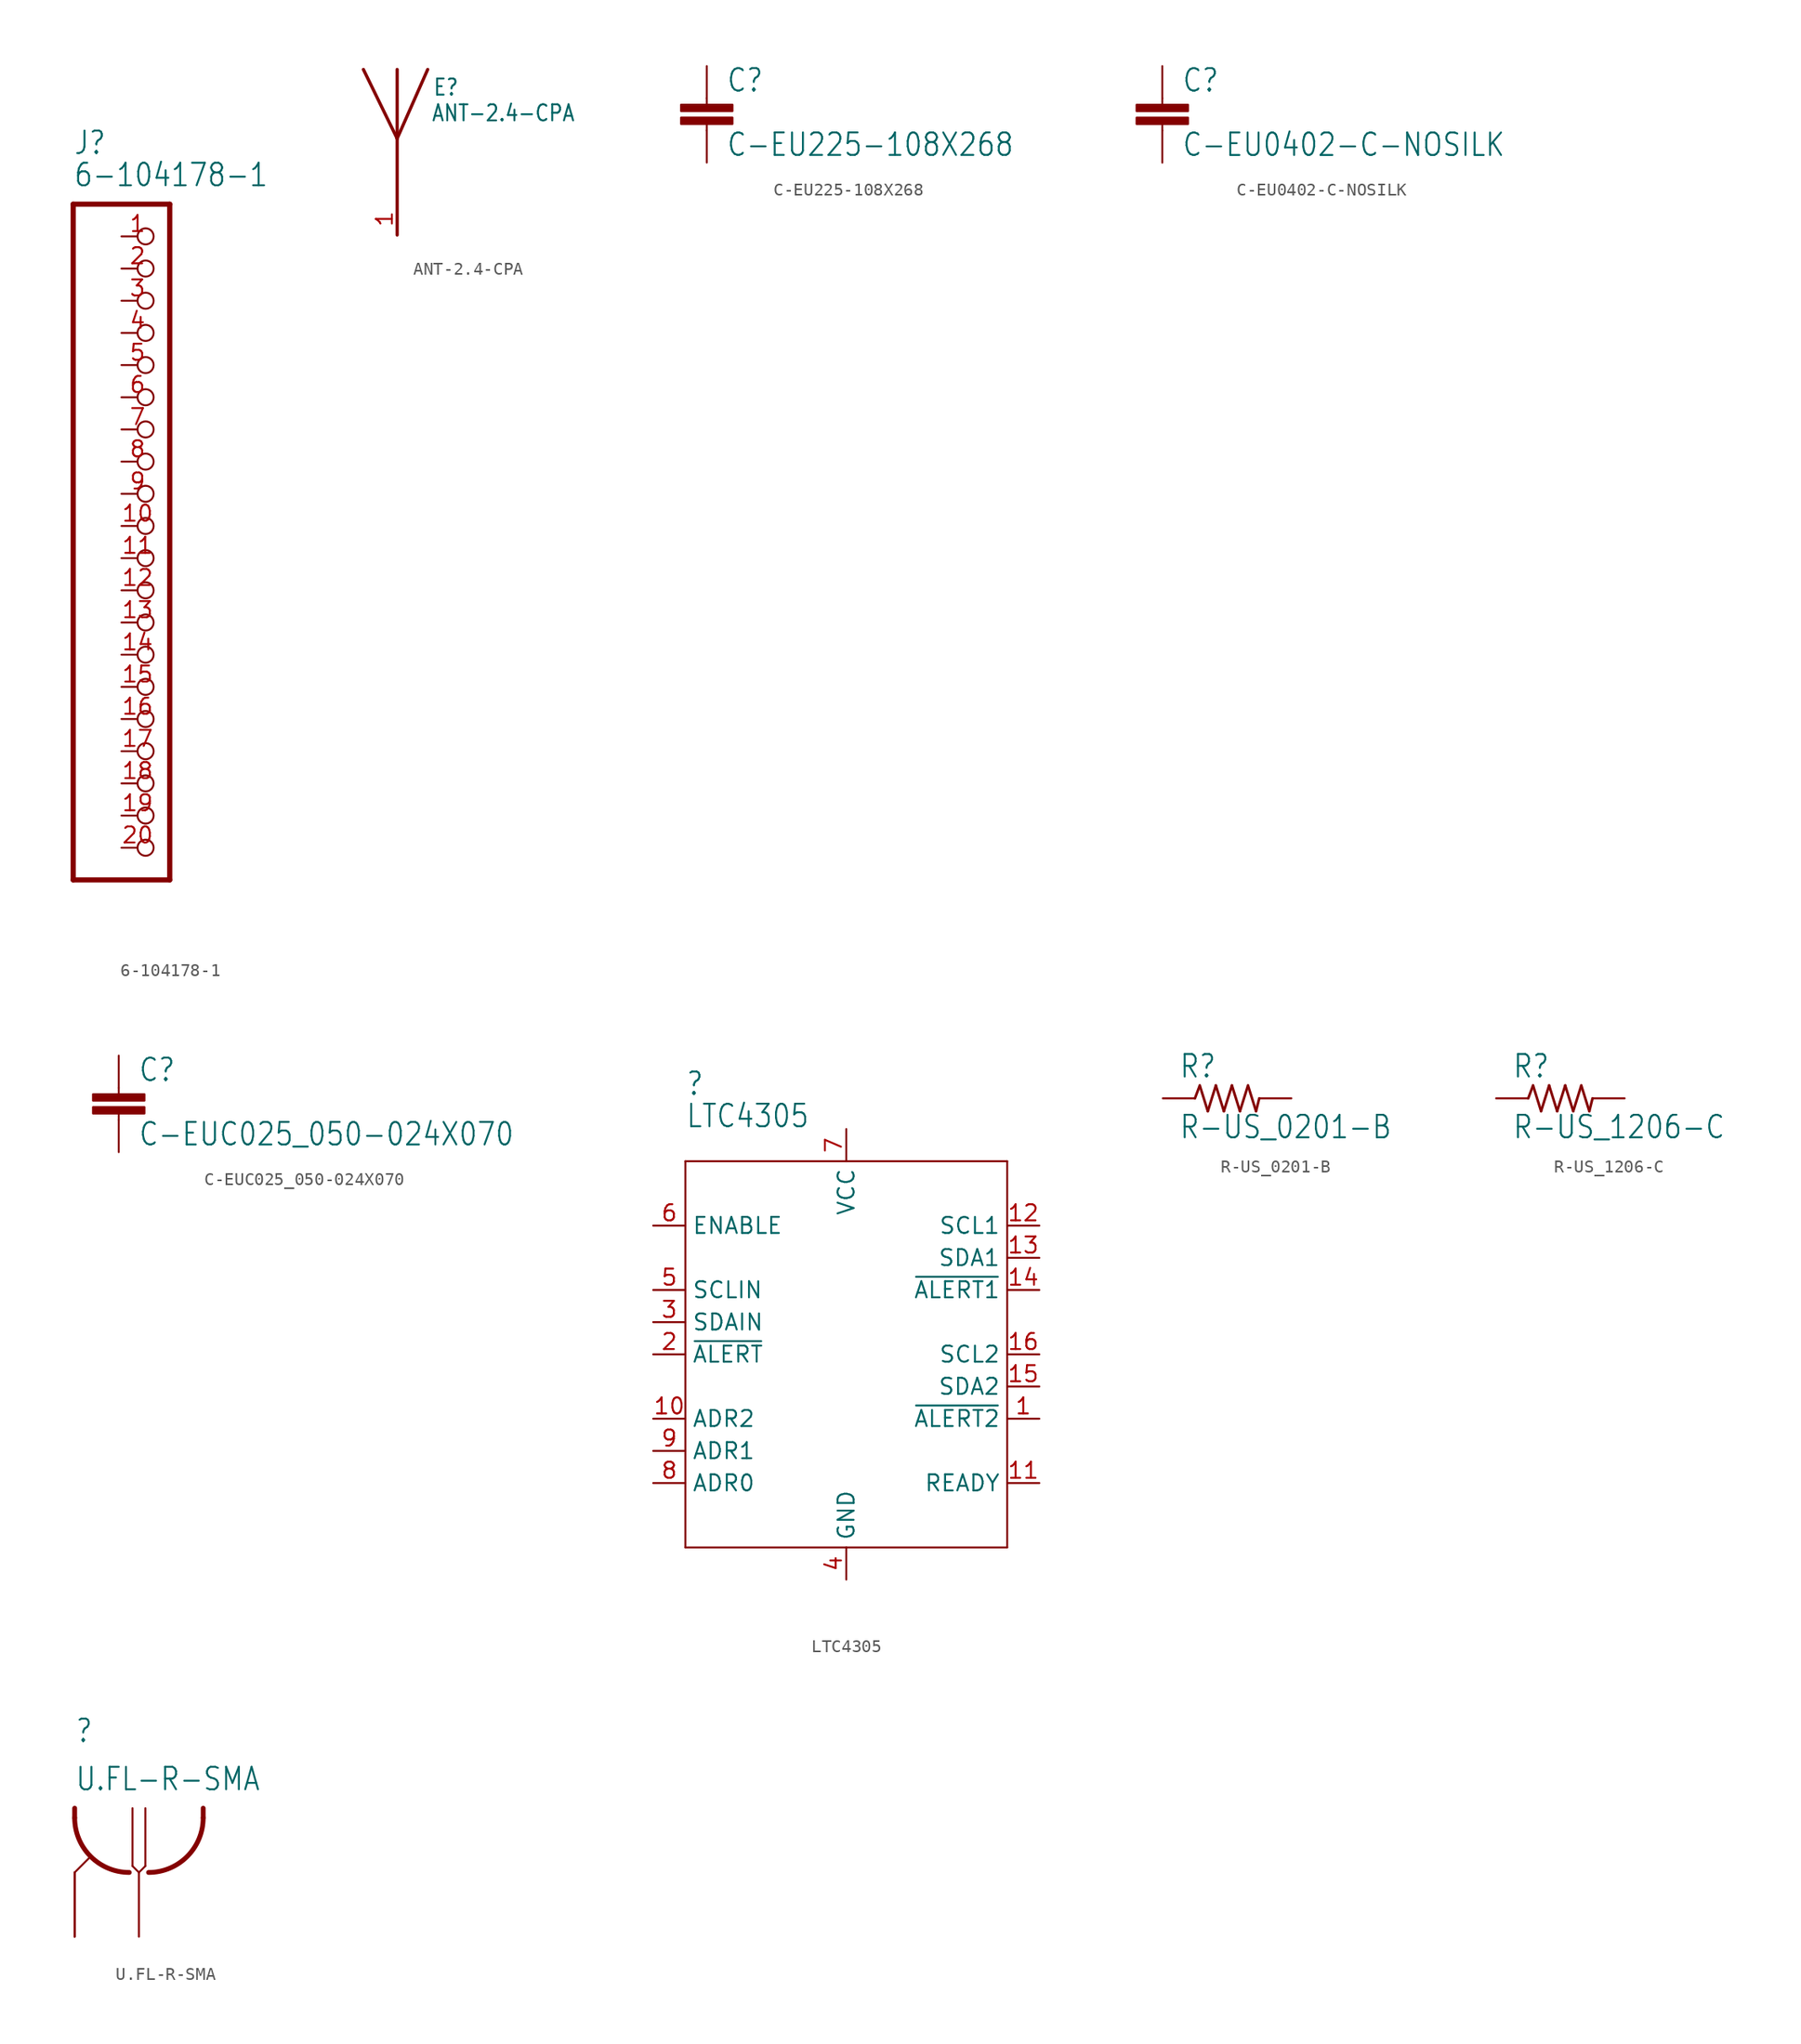
<source format=kicad_sym>
(kicad_symbol_lib
  (version 20211014)
  (generator kicad_symbol_editor)
  (symbol "6-104178-1"
    (property "Reference" "J"
      (at -6.35 29.21 0)
      (effects (font (size 1.778 1.511)) (justify left bottom)))
    (property "Value" "6-104178-1"
      (at -6.35 26.67 0)
      (effects (font (size 1.778 1.511)) (justify left bottom)))
    (property "ki_locked" ""
      (at 0 0 0)
      (effects (font (size 1.27 1.27))))
    (symbol "6-104178-1_1_0"
      (polyline (pts (xy -6.35 -27.94) (xy 1.27 -27.94)) (stroke (width 0.406) (type default) (color 0 0 0 0)) (fill (type none)))
      (polyline (pts (xy -6.35 25.4) (xy -6.35 -27.94)) (stroke (width 0.406) (type default) (color 0 0 0 0)) (fill (type none)))
      (polyline (pts (xy 1.27 -27.94) (xy 1.27 25.4)) (stroke (width 0.406) (type default) (color 0 0 0 0)) (fill (type none)))
      (polyline (pts (xy 1.27 25.4) (xy -6.35 25.4)) (stroke (width 0.406) (type default) (color 0 0 0 0)) (fill (type none)))
      (pin passive inverted (at -2.54 22.86 0) (length 2.54) (name "1" (effects (font (size 0 0)))) (number "1" (effects (font (size 1.27 1.27)))))
      (pin passive inverted (at -2.54 0 0) (length 2.54) (name "10" (effects (font (size 0 0)))) (number "10" (effects (font (size 1.27 1.27)))))
      (pin passive inverted (at -2.54 -2.54 0) (length 2.54) (name "11" (effects (font (size 0 0)))) (number "11" (effects (font (size 1.27 1.27)))))
      (pin passive inverted (at -2.54 -5.08 0) (length 2.54) (name "12" (effects (font (size 0 0)))) (number "12" (effects (font (size 1.27 1.27)))))
      (pin passive inverted (at -2.54 -7.62 0) (length 2.54) (name "13" (effects (font (size 0 0)))) (number "13" (effects (font (size 1.27 1.27)))))
      (pin passive inverted (at -2.54 -10.16 0) (length 2.54) (name "14" (effects (font (size 0 0)))) (number "14" (effects (font (size 1.27 1.27)))))
      (pin passive inverted (at -2.54 -12.7 0) (length 2.54) (name "15" (effects (font (size 0 0)))) (number "15" (effects (font (size 1.27 1.27)))))
      (pin passive inverted (at -2.54 -15.24 0) (length 2.54) (name "16" (effects (font (size 0 0)))) (number "16" (effects (font (size 1.27 1.27)))))
      (pin passive inverted (at -2.54 -17.78 0) (length 2.54) (name "17" (effects (font (size 0 0)))) (number "17" (effects (font (size 1.27 1.27)))))
      (pin passive inverted (at -2.54 -20.32 0) (length 2.54) (name "18" (effects (font (size 0 0)))) (number "18" (effects (font (size 1.27 1.27)))))
      (pin passive inverted (at -2.54 -22.86 0) (length 2.54) (name "19" (effects (font (size 0 0)))) (number "19" (effects (font (size 1.27 1.27)))))
      (pin passive inverted (at -2.54 20.32 0) (length 2.54) (name "2" (effects (font (size 0 0)))) (number "2" (effects (font (size 1.27 1.27)))))
      (pin passive inverted (at -2.54 -25.4 0) (length 2.54) (name "20" (effects (font (size 0 0)))) (number "20" (effects (font (size 1.27 1.27)))))
      (pin passive inverted (at -2.54 17.78 0) (length 2.54) (name "3" (effects (font (size 0 0)))) (number "3" (effects (font (size 1.27 1.27)))))
      (pin passive inverted (at -2.54 15.24 0) (length 2.54) (name "4" (effects (font (size 0 0)))) (number "4" (effects (font (size 1.27 1.27)))))
      (pin passive inverted (at -2.54 12.7 0) (length 2.54) (name "5" (effects (font (size 0 0)))) (number "5" (effects (font (size 1.27 1.27)))))
      (pin passive inverted (at -2.54 10.16 0) (length 2.54) (name "6" (effects (font (size 0 0)))) (number "6" (effects (font (size 1.27 1.27)))))
      (pin passive inverted (at -2.54 7.62 0) (length 2.54) (name "7" (effects (font (size 0 0)))) (number "7" (effects (font (size 1.27 1.27)))))
      (pin passive inverted (at -2.54 5.08 0) (length 2.54) (name "8" (effects (font (size 0 0)))) (number "8" (effects (font (size 1.27 1.27)))))
      (pin passive inverted (at -2.54 2.54 0) (length 2.54) (name "9" (effects (font (size 0 0)))) (number "9" (effects (font (size 1.27 1.27)))))))
  (symbol "ANT-2.4-CPA"
    (property "Reference" "E"
      (at 2.8 5.849 0)
      (effects (font (size 1.273 1.082)) (justify left bottom)))
    (property "Value" "ANT-2.4-CPA"
      (at 2.673 3.813 0)
      (effects (font (size 1.273 1.082)) (justify left bottom)))
    (property "ki_locked" ""
      (at 0 0 0)
      (effects (font (size 1.27 1.27))))
    (symbol "ANT-2.4-CPA_1_0"
      (polyline (pts (xy 0 2.54) (xy -2.667 8.001)) (stroke (width 0.254) (type default) (color 0 0 0 0)) (fill (type none)))
      (polyline (pts (xy 0 2.54) (xy 0 -5.08)) (stroke (width 0.254) (type default) (color 0 0 0 0)) (fill (type none)))
      (polyline (pts (xy 0 8.001) (xy 0 2.54)) (stroke (width 0.254) (type default) (color 0 0 0 0)) (fill (type none)))
      (polyline (pts (xy 2.413 8.001) (xy 0 2.54)) (stroke (width 0.254) (type default) (color 0 0 0 0)) (fill (type none)))
      (pin input line (at 0 -5.08 90) (length 2.54) (name "FEED" (effects (font (size 0 0)))) (number "1" (effects (font (size 1.27 1.27)))))))
  (symbol "C-EU225-108X268"
    (property "Reference" "C"
      (at 1.524 0.381 0)
      (effects (font (size 1.778 1.511)) (justify left bottom)))
    (property "Value" "C-EU225-108X268"
      (at 1.524 -4.699 0)
      (effects (font (size 1.778 1.511)) (justify left bottom)))
    (property "ki_locked" ""
      (at 0 0 0)
      (effects (font (size 1.27 1.27))))
    (symbol "C-EU225-108X268_1_0"
      (rectangle (start -2.032 -2.032) (end 2.032 -1.524) (stroke (width 0) (type default) (color 0 0 0 0)) (fill (type outline)))
      (rectangle (start -2.032 -1.016) (end 2.032 -0.508) (stroke (width 0) (type default) (color 0 0 0 0)) (fill (type outline)))
      (polyline (pts (xy 0 -2.54) (xy 0 -2.032)) (stroke (width 0.152) (type default) (color 0 0 0 0)) (fill (type none)))
      (polyline (pts (xy 0 0) (xy 0 -0.508)) (stroke (width 0.152) (type default) (color 0 0 0 0)) (fill (type none)))
      (pin passive line (at 0 2.54 270) (length 2.54) (name "1" (effects (font (size 0 0)))) (number "1" (effects (font (size 0 0)))))
      (pin passive line (at 0 -5.08 90) (length 2.54) (name "2" (effects (font (size 0 0)))) (number "2" (effects (font (size 0 0)))))))
  (symbol "C-EU0402-C-NOSILK"
    (property "Reference" "C"
      (at 1.524 0.381 0)
      (effects (font (size 1.778 1.511)) (justify left bottom)))
    (property "Value" "C-EU0402-C-NOSILK"
      (at 1.524 -4.699 0)
      (effects (font (size 1.778 1.511)) (justify left bottom)))
    (property "ki_locked" ""
      (at 0 0 0)
      (effects (font (size 1.27 1.27))))
    (symbol "C-EU0402-C-NOSILK_1_0"
      (rectangle (start -2.032 -2.032) (end 2.032 -1.524) (stroke (width 0) (type default) (color 0 0 0 0)) (fill (type outline)))
      (rectangle (start -2.032 -1.016) (end 2.032 -0.508) (stroke (width 0) (type default) (color 0 0 0 0)) (fill (type outline)))
      (polyline (pts (xy 0 -2.54) (xy 0 -2.032)) (stroke (width 0.152) (type default) (color 0 0 0 0)) (fill (type none)))
      (polyline (pts (xy 0 0) (xy 0 -0.508)) (stroke (width 0.152) (type default) (color 0 0 0 0)) (fill (type none)))
      (pin passive line (at 0 2.54 270) (length 2.54) (name "1" (effects (font (size 0 0)))) (number "1" (effects (font (size 0 0)))))
      (pin passive line (at 0 -5.08 90) (length 2.54) (name "2" (effects (font (size 0 0)))) (number "2" (effects (font (size 0 0)))))))
  (symbol "C-EUC025_050-024X070"
    (property "Reference" "C"
      (at 1.524 0.381 0)
      (effects (font (size 1.778 1.511)) (justify left bottom)))
    (property "Value" "C-EUC025_050-024X070"
      (at 1.524 -4.699 0)
      (effects (font (size 1.778 1.511)) (justify left bottom)))
    (property "ki_locked" ""
      (at 0 0 0)
      (effects (font (size 1.27 1.27))))
    (symbol "C-EUC025_050-024X070_1_0"
      (rectangle (start -2.032 -2.032) (end 2.032 -1.524) (stroke (width 0) (type default) (color 0 0 0 0)) (fill (type outline)))
      (rectangle (start -2.032 -1.016) (end 2.032 -0.508) (stroke (width 0) (type default) (color 0 0 0 0)) (fill (type outline)))
      (polyline (pts (xy 0 -2.54) (xy 0 -2.032)) (stroke (width 0.152) (type default) (color 0 0 0 0)) (fill (type none)))
      (polyline (pts (xy 0 0) (xy 0 -0.508)) (stroke (width 0.152) (type default) (color 0 0 0 0)) (fill (type none)))
      (pin passive line (at 0 2.54 270) (length 2.54) (name "1" (effects (font (size 0 0)))) (number "1" (effects (font (size 0 0)))))
      (pin passive line (at 0 -5.08 90) (length 2.54) (name "2" (effects (font (size 0 0)))) (number "2" (effects (font (size 0 0)))))))
  (symbol "LTC4305"
    (property "Reference" ""
      (at -12.7 20.32 0)
      (effects (font (size 1.778 1.511)) (justify left bottom)))
    (property "Value" "LTC4305"
      (at -12.7 17.78 0)
      (effects (font (size 1.778 1.511)) (justify left bottom)))
    (property "ki_locked" ""
      (at 0 0 0)
      (effects (font (size 1.27 1.27))))
    (symbol "LTC4305_1_0"
      (polyline (pts (xy -12.7 -15.24) (xy 12.7 -15.24)) (stroke (width 0.152) (type default) (color 0 0 0 0)) (fill (type none)))
      (polyline (pts (xy -12.7 15.24) (xy -12.7 -15.24)) (stroke (width 0.152) (type default) (color 0 0 0 0)) (fill (type none)))
      (polyline (pts (xy 12.7 -15.24) (xy 12.7 15.24)) (stroke (width 0.152) (type default) (color 0 0 0 0)) (fill (type none)))
      (polyline (pts (xy 12.7 15.24) (xy -12.7 15.24)) (stroke (width 0.152) (type default) (color 0 0 0 0)) (fill (type none)))
      (pin input line (at 15.24 -5.08 180) (length 2.54) (name "~{ALERT2}" (effects (font (size 1.27 1.27)))) (number "1" (effects (font (size 1.27 1.27)))))
      (pin input line (at -15.24 -5.08 0) (length 2.54) (name "ADR2" (effects (font (size 1.27 1.27)))) (number "10" (effects (font (size 1.27 1.27)))))
      (pin output line (at 15.24 -10.16 180) (length 2.54) (name "READY" (effects (font (size 1.27 1.27)))) (number "11" (effects (font (size 1.27 1.27)))))
      (pin bidirectional line (at 15.24 10.16 180) (length 2.54) (name "SCL1" (effects (font (size 1.27 1.27)))) (number "12" (effects (font (size 1.27 1.27)))))
      (pin bidirectional line (at 15.24 7.62 180) (length 2.54) (name "SDA1" (effects (font (size 1.27 1.27)))) (number "13" (effects (font (size 1.27 1.27)))))
      (pin input line (at 15.24 5.08 180) (length 2.54) (name "~{ALERT1}" (effects (font (size 1.27 1.27)))) (number "14" (effects (font (size 1.27 1.27)))))
      (pin bidirectional line (at 15.24 -2.54 180) (length 2.54) (name "SDA2" (effects (font (size 1.27 1.27)))) (number "15" (effects (font (size 1.27 1.27)))))
      (pin bidirectional line (at 15.24 0 180) (length 2.54) (name "SCL2" (effects (font (size 1.27 1.27)))) (number "16" (effects (font (size 1.27 1.27)))))
      (pin output line (at -15.24 0 0) (length 2.54) (name "~{ALERT}" (effects (font (size 1.27 1.27)))) (number "2" (effects (font (size 1.27 1.27)))))
      (pin bidirectional line (at -15.24 2.54 0) (length 2.54) (name "SDAIN" (effects (font (size 1.27 1.27)))) (number "3" (effects (font (size 1.27 1.27)))))
      (pin power_in line (at 0 -17.78 90) (length 2.54) (name "GND" (effects (font (size 1.27 1.27)))) (number "4" (effects (font (size 1.27 1.27)))))
      (pin bidirectional line (at -15.24 5.08 0) (length 2.54) (name "SCLIN" (effects (font (size 1.27 1.27)))) (number "5" (effects (font (size 1.27 1.27)))))
      (pin input line (at -15.24 10.16 0) (length 2.54) (name "ENABLE" (effects (font (size 1.27 1.27)))) (number "6" (effects (font (size 1.27 1.27)))))
      (pin power_in line (at 0 17.78 270) (length 2.54) (name "VCC" (effects (font (size 1.27 1.27)))) (number "7" (effects (font (size 1.27 1.27)))))
      (pin input line (at -15.24 -10.16 0) (length 2.54) (name "ADR0" (effects (font (size 1.27 1.27)))) (number "8" (effects (font (size 1.27 1.27)))))
      (pin input line (at -15.24 -7.62 0) (length 2.54) (name "ADR1" (effects (font (size 1.27 1.27)))) (number "9" (effects (font (size 1.27 1.27)))))))
  (symbol "R-US_0201-B"
    (property "Reference" "R"
      (at -3.81 1.499 0)
      (effects (font (size 1.778 1.511)) (justify left bottom)))
    (property "Value" "R-US_0201-B"
      (at -3.81 -3.302 0)
      (effects (font (size 1.778 1.511)) (justify left bottom)))
    (property "ki_locked" ""
      (at 0 0 0)
      (effects (font (size 1.27 1.27))))
    (symbol "R-US_0201-B_1_0"
      (polyline (pts (xy -2.54 0) (xy -2.159 1.016)) (stroke (width 0.203) (type default) (color 0 0 0 0)) (fill (type none)))
      (polyline (pts (xy -2.159 1.016) (xy -1.524 -1.016)) (stroke (width 0.203) (type default) (color 0 0 0 0)) (fill (type none)))
      (polyline (pts (xy -1.524 -1.016) (xy -0.889 1.016)) (stroke (width 0.203) (type default) (color 0 0 0 0)) (fill (type none)))
      (polyline (pts (xy -0.889 1.016) (xy -0.254 -1.016)) (stroke (width 0.203) (type default) (color 0 0 0 0)) (fill (type none)))
      (polyline (pts (xy -0.254 -1.016) (xy 0.381 1.016)) (stroke (width 0.203) (type default) (color 0 0 0 0)) (fill (type none)))
      (polyline (pts (xy 0.381 1.016) (xy 1.016 -1.016)) (stroke (width 0.203) (type default) (color 0 0 0 0)) (fill (type none)))
      (polyline (pts (xy 1.016 -1.016) (xy 1.651 1.016)) (stroke (width 0.203) (type default) (color 0 0 0 0)) (fill (type none)))
      (polyline (pts (xy 1.651 1.016) (xy 2.286 -1.016)) (stroke (width 0.203) (type default) (color 0 0 0 0)) (fill (type none)))
      (polyline (pts (xy 2.286 -1.016) (xy 2.54 0)) (stroke (width 0.203) (type default) (color 0 0 0 0)) (fill (type none)))
      (pin passive line (at -5.08 0 0) (length 2.54) (name "1" (effects (font (size 0 0)))) (number "1" (effects (font (size 0 0)))))
      (pin passive line (at 5.08 0 180) (length 2.54) (name "2" (effects (font (size 0 0)))) (number "2" (effects (font (size 0 0)))))))
  (symbol "R-US_1206-C"
    (property "Reference" "R"
      (at -3.81 1.499 0)
      (effects (font (size 1.778 1.511)) (justify left bottom)))
    (property "Value" "R-US_1206-C"
      (at -3.81 -3.302 0)
      (effects (font (size 1.778 1.511)) (justify left bottom)))
    (property "ki_locked" ""
      (at 0 0 0)
      (effects (font (size 1.27 1.27))))
    (symbol "R-US_1206-C_1_0"
      (polyline (pts (xy -2.54 0) (xy -2.159 1.016)) (stroke (width 0.203) (type default) (color 0 0 0 0)) (fill (type none)))
      (polyline (pts (xy -2.159 1.016) (xy -1.524 -1.016)) (stroke (width 0.203) (type default) (color 0 0 0 0)) (fill (type none)))
      (polyline (pts (xy -1.524 -1.016) (xy -0.889 1.016)) (stroke (width 0.203) (type default) (color 0 0 0 0)) (fill (type none)))
      (polyline (pts (xy -0.889 1.016) (xy -0.254 -1.016)) (stroke (width 0.203) (type default) (color 0 0 0 0)) (fill (type none)))
      (polyline (pts (xy -0.254 -1.016) (xy 0.381 1.016)) (stroke (width 0.203) (type default) (color 0 0 0 0)) (fill (type none)))
      (polyline (pts (xy 0.381 1.016) (xy 1.016 -1.016)) (stroke (width 0.203) (type default) (color 0 0 0 0)) (fill (type none)))
      (polyline (pts (xy 1.016 -1.016) (xy 1.651 1.016)) (stroke (width 0.203) (type default) (color 0 0 0 0)) (fill (type none)))
      (polyline (pts (xy 1.651 1.016) (xy 2.286 -1.016)) (stroke (width 0.203) (type default) (color 0 0 0 0)) (fill (type none)))
      (polyline (pts (xy 2.286 -1.016) (xy 2.54 0)) (stroke (width 0.203) (type default) (color 0 0 0 0)) (fill (type none)))
      (pin passive line (at -5.08 0 0) (length 2.54) (name "1" (effects (font (size 0 0)))) (number "1" (effects (font (size 0 0)))))
      (pin passive line (at 5.08 0 180) (length 2.54) (name "2" (effects (font (size 0 0)))) (number "2" (effects (font (size 0 0)))))))
  (symbol "U.FL-R-SMA"
    (property "Reference" ""
      (at -5.08 10.16 0)
      (effects (font (size 1.778 1.511)) (justify left bottom)))
    (property "Value" "U.FL-R-SMA"
      (at -5.08 6.35 0)
      (effects (font (size 1.778 1.511)) (justify left bottom)))
    (property "ki_locked" ""
      (at 0 0 0)
      (effects (font (size 1.27 1.27))))
    (symbol "U.FL-R-SMA_1_0"
      (arc (start -5.08 4.318) (mid -3.8153 1.2647) (end -0.762 0) (stroke (width 0.381) (type default) (color 0 0 0 0)) (fill (type none)))
      (polyline (pts (xy -5.08 0) (xy -3.81 1.27)) (stroke (width 0.152) (type default) (color 0 0 0 0)) (fill (type none)))
      (polyline (pts (xy -5.08 5.08) (xy -5.08 4.318)) (stroke (width 0.381) (type default) (color 0 0 0 0)) (fill (type none)))
      (polyline (pts (xy -0.508 0.508) (xy 0 0)) (stroke (width 0.152) (type default) (color 0 0 0 0)) (fill (type none)))
      (polyline (pts (xy -0.508 5.08) (xy -0.508 0.508)) (stroke (width 0.152) (type default) (color 0 0 0 0)) (fill (type none)))
      (polyline (pts (xy 0 0) (xy 0.508 0.508)) (stroke (width 0.152) (type default) (color 0 0 0 0)) (fill (type none)))
      (polyline (pts (xy 0.508 0.508) (xy 0.508 5.08)) (stroke (width 0.152) (type default) (color 0 0 0 0)) (fill (type none)))
      (polyline (pts (xy 5.08 5.08) (xy 5.08 4.318)) (stroke (width 0.381) (type default) (color 0 0 0 0)) (fill (type none)))
      (arc (start 0.762 0) (mid 3.8153 1.2647) (end 5.08 4.318) (stroke (width 0.381) (type default) (color 0 0 0 0)) (fill (type none)))
      (pin bidirectional line (at 0 -5.08 90) (length 5.08) (name "P$1" (effects (font (size 0 0)))) (number "1" (effects (font (size 0 0)))))
      (pin bidirectional line (at -5.08 -5.08 90) (length 5.08) (name "P$2" (effects (font (size 0 0)))) (number "2" (effects (font (size 0 0)))))
      (pin bidirectional line (at -5.08 -5.08 90) (length 5.08) (name "P$2" (effects (font (size 0 0)))) (number "3" (effects (font (size 0 0))))))))
</source>
